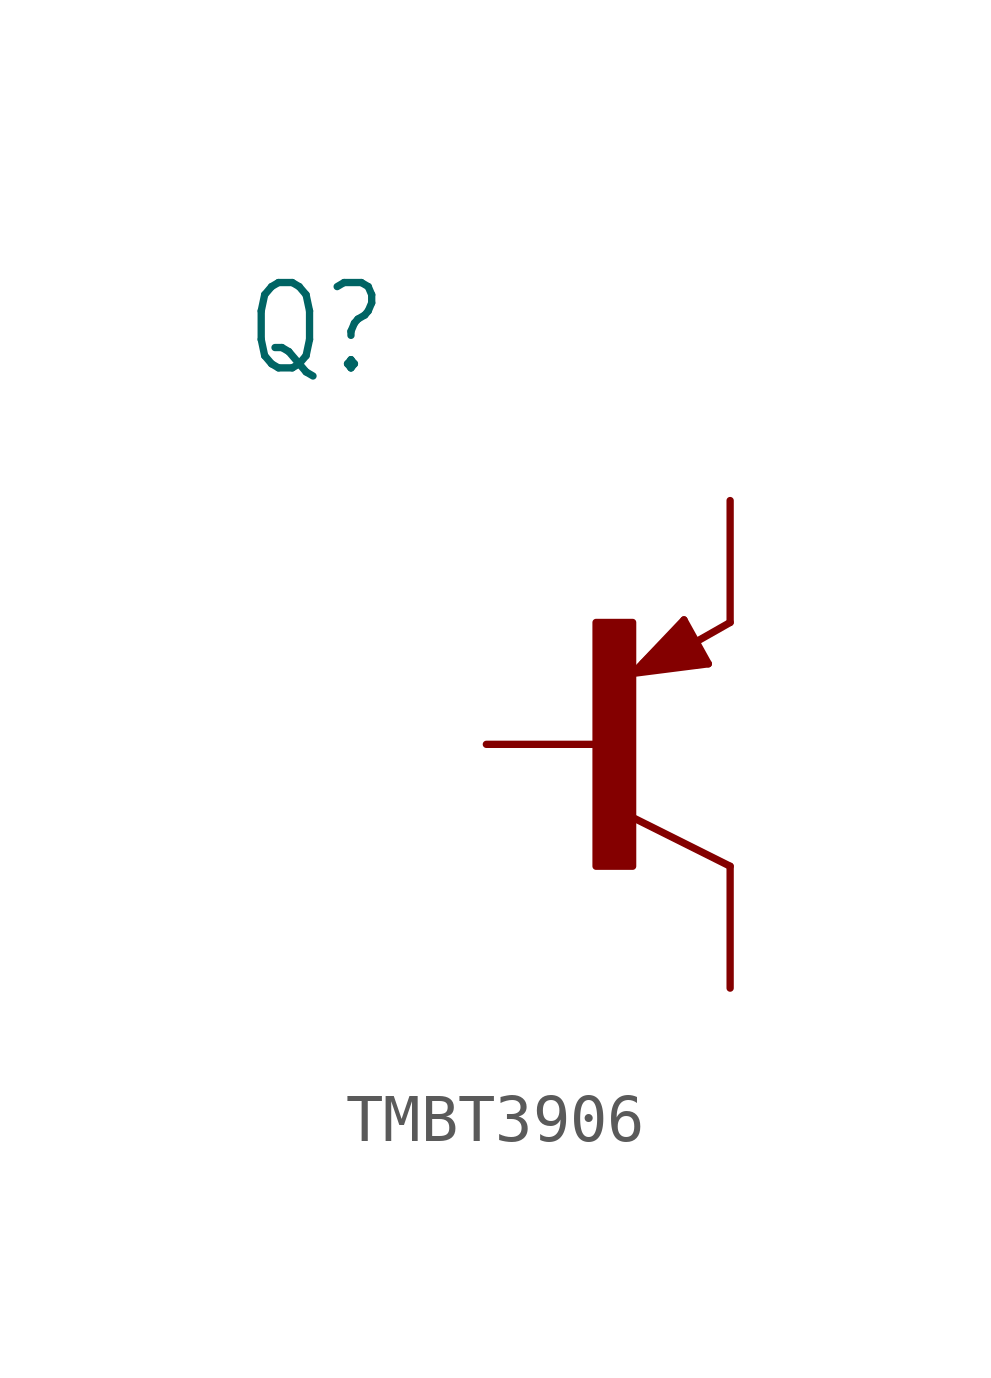
<source format=kicad_sym>
(kicad_symbol_lib
  (version 20220914)
  (generator kicad_symbol_editor)
  (symbol "TMBT3906"
    (property "Reference" "Q"
      (at -7.62 7.62 0)
      (effects (font (size 1.778 1.511)) (justify left bottom)))
    (property "Value" ""
      (at -7.62 5.08 0)
      (effects (font (size 1.778 1.511)) (justify left bottom)))
    (property "ki_locked" ""
      (at 0 0 0)
      (effects (font (size 1.27 1.27))))
    (symbol "TMBT3906_1_0"
      (rectangle (start -0.254 -2.54) (end 0.508 2.54) (stroke (width 0) (type default)) (fill (type outline)))
      (polyline (pts (xy 0.516 1.478) (xy 2.086 1.678)) (stroke (width 0.152) (type solid)) (fill (type none)))
      (polyline (pts (xy 0.762 1.651) (xy 1.778 1.778)) (stroke (width 0.254) (type solid)) (fill (type none)))
      (polyline (pts (xy 1.143 1.905) (xy 1.524 1.905)) (stroke (width 0.254) (type solid)) (fill (type none)))
      (polyline (pts (xy 1.524 2.159) (xy 1.143 1.905)) (stroke (width 0.254) (type solid)) (fill (type none)))
      (polyline (pts (xy 1.524 2.413) (xy 0.762 1.651)) (stroke (width 0.254) (type solid)) (fill (type none)))
      (polyline (pts (xy 1.578 2.594) (xy 0.516 1.478)) (stroke (width 0.152) (type solid)) (fill (type none)))
      (polyline (pts (xy 1.778 1.778) (xy 1.524 2.159)) (stroke (width 0.254) (type solid)) (fill (type none)))
      (polyline (pts (xy 1.905 1.778) (xy 1.524 2.413)) (stroke (width 0.254) (type solid)) (fill (type none)))
      (polyline (pts (xy 2.086 1.678) (xy 1.578 2.594)) (stroke (width 0.152) (type solid)) (fill (type none)))
      (polyline (pts (xy 2.54 -2.54) (xy 0.508 -1.524)) (stroke (width 0.152) (type solid)) (fill (type none)))
      (polyline (pts (xy 2.54 2.54) (xy 1.808 2.124)) (stroke (width 0.152) (type solid)) (fill (type none)))
      (pin passive line (at -2.54 0 0) (length 2.54) (name "B" (effects (font (size 0 0)))) (number "B" (effects (font (size 0 0)))))
      (pin passive line (at 2.54 -5.08 90) (length 2.54) (name "C" (effects (font (size 0 0)))) (number "C" (effects (font (size 0 0)))))
      (pin passive line (at 2.54 5.08 270) (length 2.54) (name "E" (effects (font (size 0 0)))) (number "E" (effects (font (size 0 0))))))))
</source>
